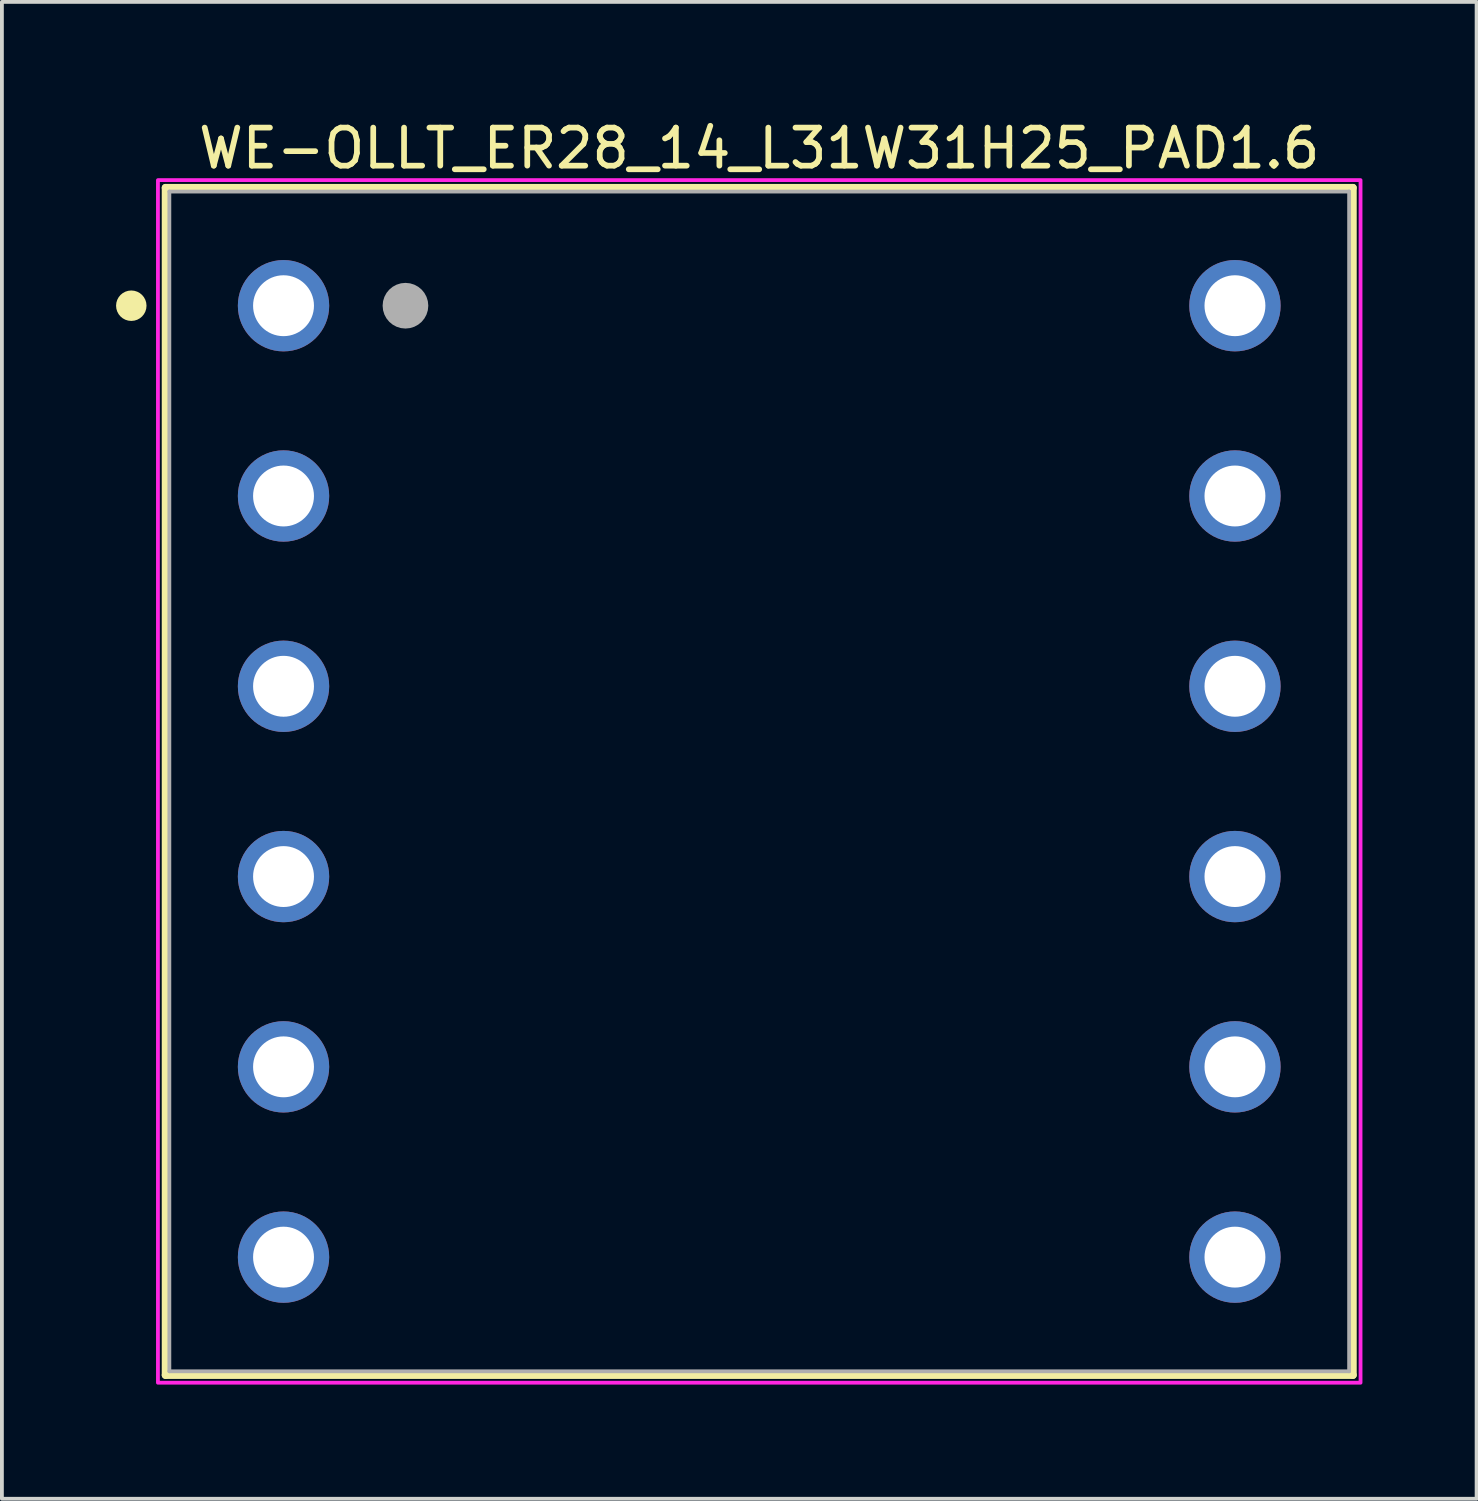
<source format=kicad_pcb>
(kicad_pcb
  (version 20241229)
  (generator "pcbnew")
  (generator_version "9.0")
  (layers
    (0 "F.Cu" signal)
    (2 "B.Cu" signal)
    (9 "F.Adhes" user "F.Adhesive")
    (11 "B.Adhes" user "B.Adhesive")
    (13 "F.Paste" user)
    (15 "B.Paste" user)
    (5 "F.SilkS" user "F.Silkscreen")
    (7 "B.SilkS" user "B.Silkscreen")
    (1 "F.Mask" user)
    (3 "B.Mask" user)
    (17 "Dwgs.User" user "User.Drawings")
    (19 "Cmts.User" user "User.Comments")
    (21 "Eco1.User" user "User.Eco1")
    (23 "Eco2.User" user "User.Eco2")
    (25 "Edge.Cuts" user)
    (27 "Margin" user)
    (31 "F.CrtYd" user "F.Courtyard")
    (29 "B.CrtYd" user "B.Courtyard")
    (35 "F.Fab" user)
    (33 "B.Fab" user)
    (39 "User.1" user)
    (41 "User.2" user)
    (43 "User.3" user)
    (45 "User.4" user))
  (footprint "WE-OLLT_ER28_14_L31W31H25_PAD1.6"
    (layer "F.Cu")
    (at 16.9 17.483)
    (property "Reference" "WE-OLLT_ER28_14_L31W31H25_PAD1.6" (at 0 -16.635 0) (layer "F.SilkS") (effects (font (size 1 1) (thickness 0.15))))
    (attr through_hole)
    (fp_line (start -15.6 -15.6) (end -15.6 15.6) (stroke (width 0.2) (type solid)) (layer "F.SilkS"))
    (fp_line (start -15.6 -15.6) (end 15.6 -15.6) (stroke (width 0.2) (type solid)) (layer "F.SilkS"))
    (fp_line (start 15.6 -15.6) (end 15.6 15.6) (stroke (width 0.2) (type solid)) (layer "F.SilkS"))
    (fp_line (start 15.6 15.6) (end -15.6 15.6) (stroke (width 0.2) (type solid)) (layer "F.SilkS"))
    (fp_circle (center -16.5 -12.5) (end -16.3 -12.5) (stroke (width 0.4) (type solid)) (fill no) (layer "F.SilkS"))
    (fp_poly (pts (xy -15.8 -15.8) (xy 15.8 -15.8) (xy 15.8 15.8) (xy -15.8 15.8)) (stroke (width 0.1) (type solid)) (fill no) (layer "F.CrtYd"))
    (fp_line (start -15.5 -15.5) (end -15.5 15.5) (stroke (width 0.1) (type solid)) (layer "F.Fab"))
    (fp_line (start -15.5 -15.5) (end 15.5 -15.5) (stroke (width 0.1) (type solid)) (layer "F.Fab"))
    (fp_line (start -15.5 15.5) (end 15.5 15.5) (stroke (width 0.1) (type solid)) (layer "F.Fab"))
    (fp_line (start 15.5 -15.5) (end 15.5 15.5) (stroke (width 0.1) (type solid)) (layer "F.Fab"))
    (fp_circle (center -9.296 -12.5) (end -8.996 -12.5) (stroke (width 0.6) (type solid)) (fill no) (layer "F.Fab"))
    (pad "1" thru_hole circle (at -12.5 -12.5) (size 2.4 2.4) (drill 1.6) (layers "*.Cu" "*.Mask"))
    (pad "2" thru_hole circle (at -12.5 -7.5) (size 2.4 2.4) (drill 1.6) (layers "*.Cu" "*.Mask"))
    (pad "3" thru_hole circle (at -12.5 -2.5) (size 2.4 2.4) (drill 1.6) (layers "*.Cu" "*.Mask"))
    (pad "4" thru_hole circle (at -12.5 2.5) (size 2.4 2.4) (drill 1.6) (layers "*.Cu" "*.Mask"))
    (pad "5" thru_hole circle (at -12.5 7.5) (size 2.4 2.4) (drill 1.6) (layers "*.Cu" "*.Mask"))
    (pad "6" thru_hole circle (at -12.5 12.5) (size 2.4 2.4) (drill 1.6) (layers "*.Cu" "*.Mask"))
    (pad "7" thru_hole circle (at 12.5 12.5) (size 2.4 2.4) (drill 1.6) (layers "*.Cu" "*.Mask"))
    (pad "8" thru_hole circle (at 12.5 7.5) (size 2.4 2.4) (drill 1.6) (layers "*.Cu" "*.Mask"))
    (pad "9" thru_hole circle (at 12.5 2.5) (size 2.4 2.4) (drill 1.6) (layers "*.Cu" "*.Mask"))
    (pad "10" thru_hole circle (at 12.5 -2.5) (size 2.4 2.4) (drill 1.6) (layers "*.Cu" "*.Mask"))
    (pad "11" thru_hole circle (at 12.5 -7.5) (size 2.4 2.4) (drill 1.6) (layers "*.Cu" "*.Mask"))
    (pad "12" thru_hole circle (at 12.5 -12.5) (size 2.4 2.4) (drill 1.6) (layers "*.Cu" "*.Mask")))
  (gr_rect
    (start -3 -3)
    (end 35.75 36.333)
    (stroke (width 0.1) (type default))
    (fill no)
    (layer "Edge.Cuts")))
</source>
